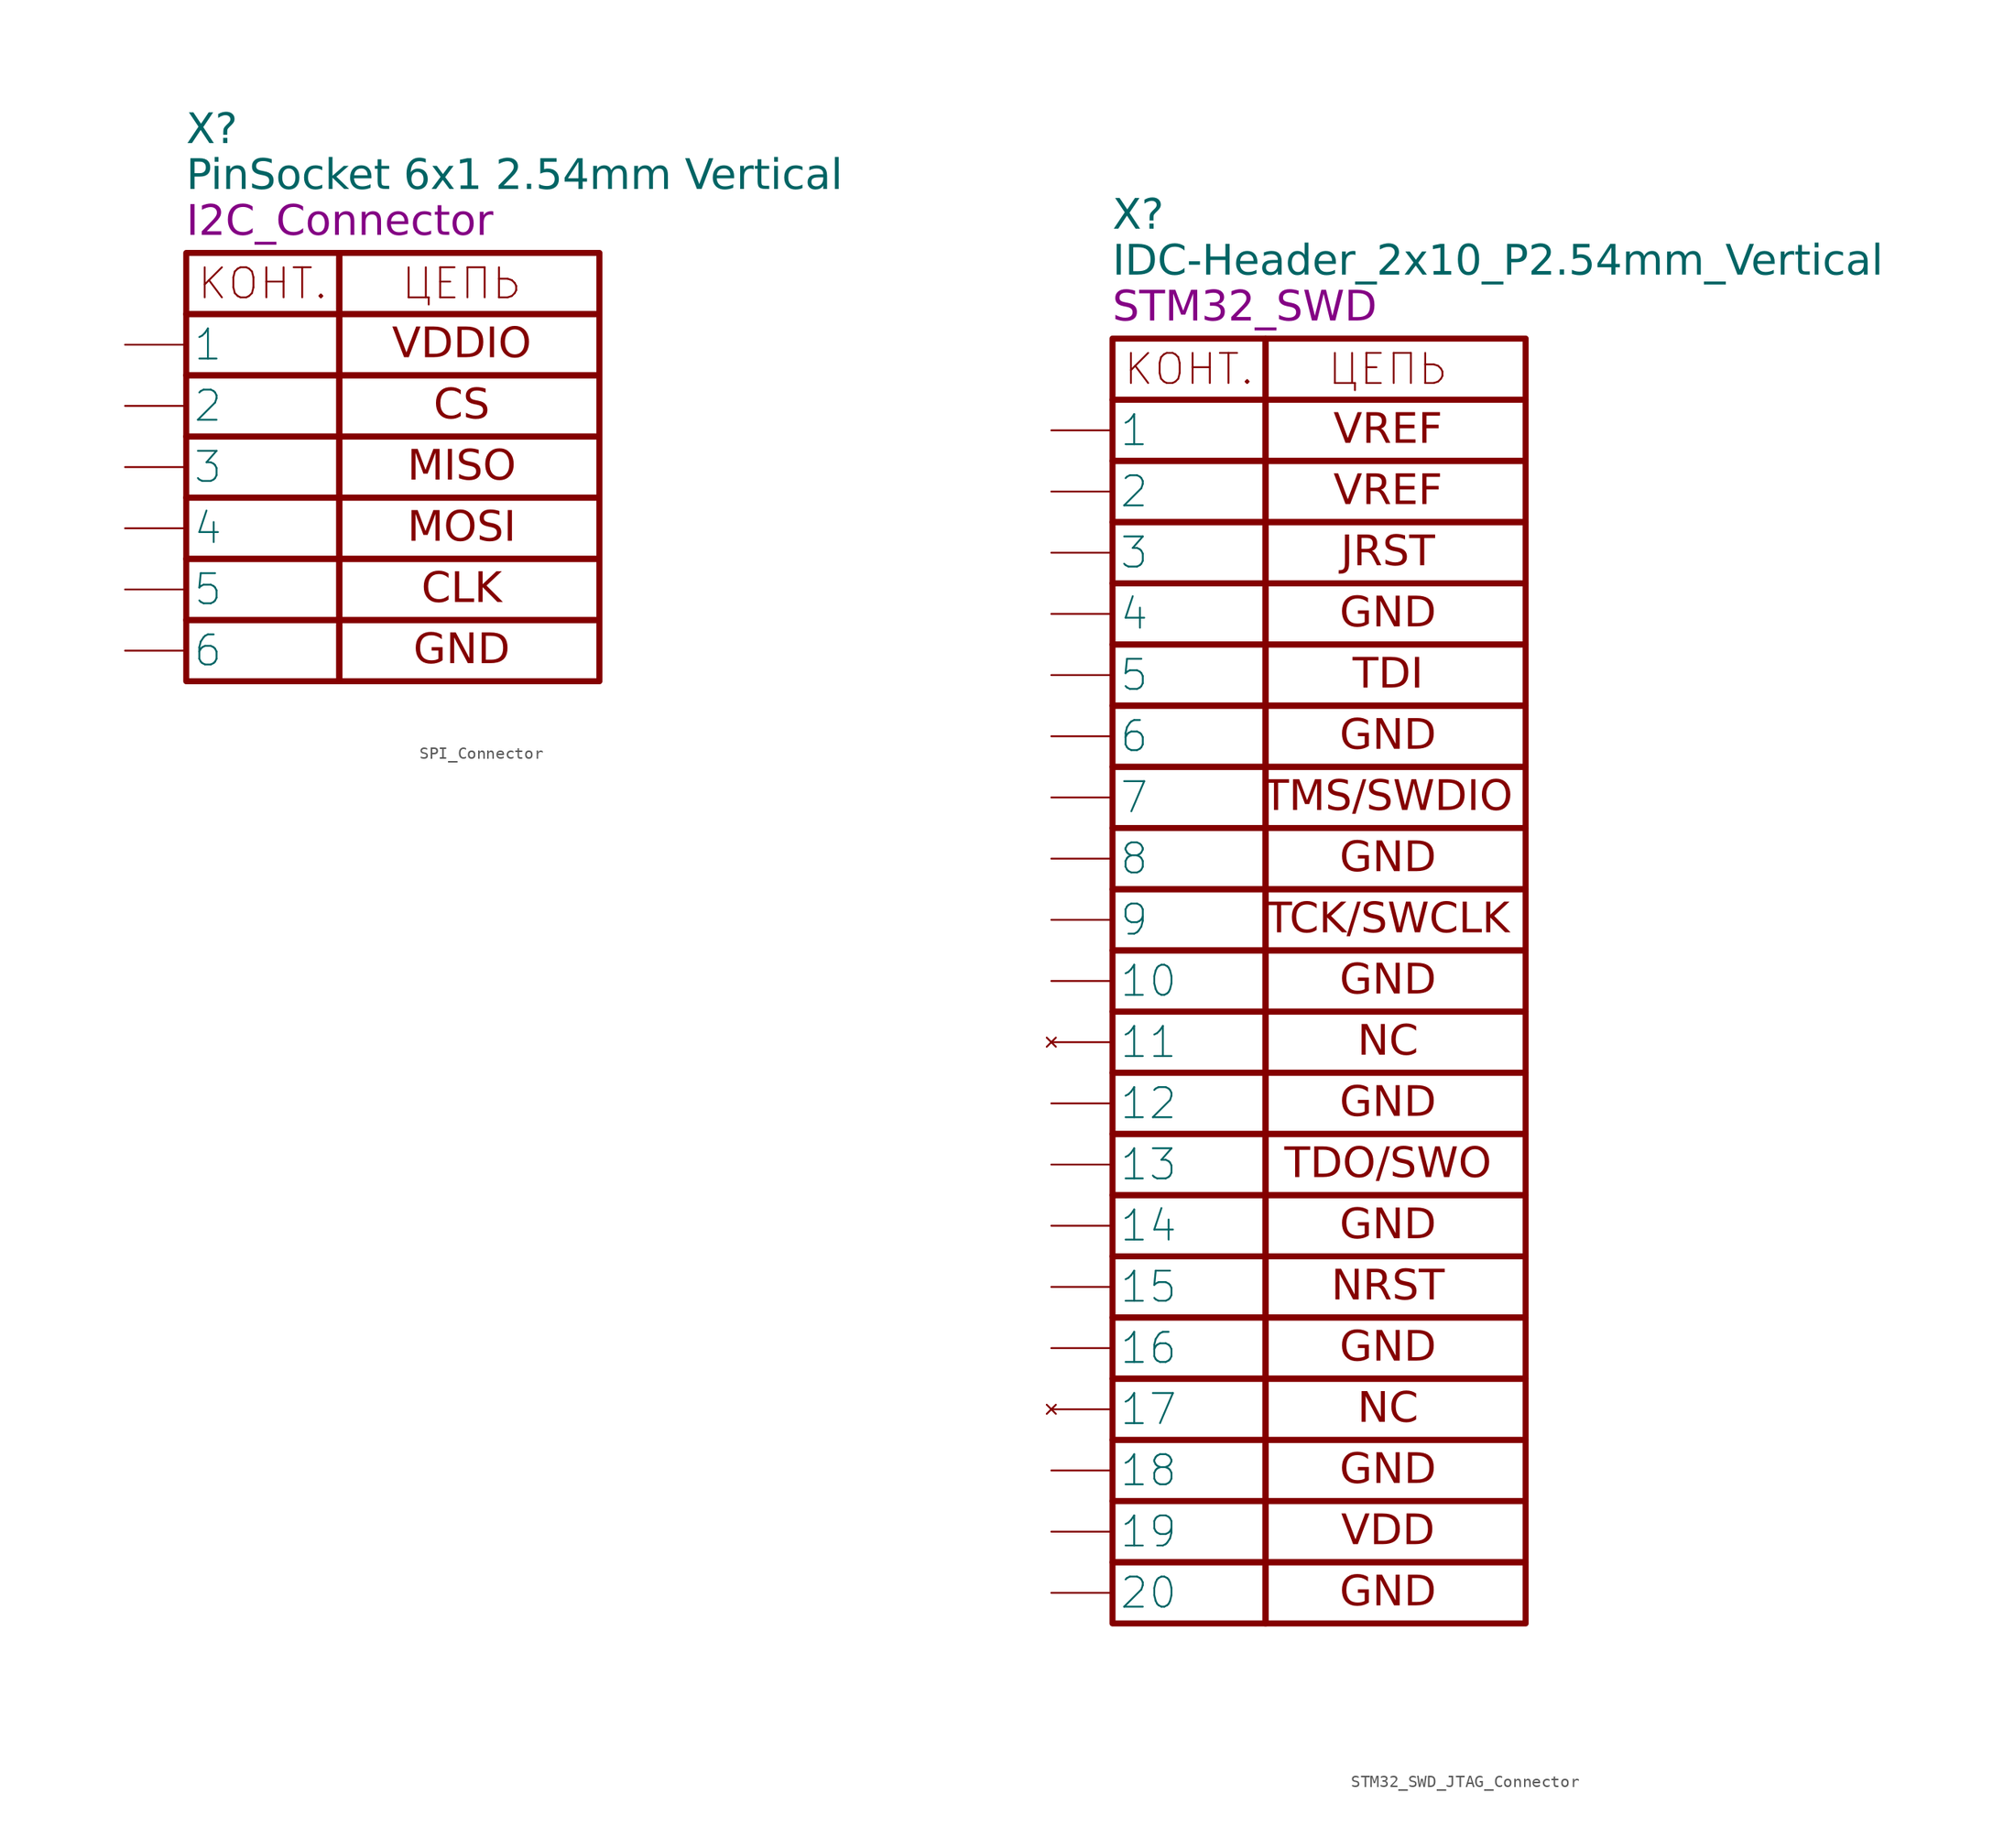
<source format=kicad_sym>
(kicad_symbol_lib
  (version 20241209)
  (generator "kicad_symbol_editor")
  (generator_version "9.0")
  (symbol "SPI_Connector"
    (pin_numbers
      (hide yes))
    (property "Reference" "X"
      (at -12.7 10.16 0)
      (effects (font (face "GOST type A") (size 2.5 2.5) (italic yes)) (justify left)))
    (property "Value" "PinSocket 6x1 2.54mm Vertical"
      (at -12.7 6.35 0)
      (effects (font (face "GOST type A") (size 2.5 2.5) (italic yes)) (justify left)))
    (property "Name" "I2C_Connector"
      (at -12.7 2.54 0)
      (effects (font (face "GOST type A") (size 2.5 2.5) (italic yes)) (justify left)))
    (symbol "SPI_Connector_0_1"
      (rectangle (start -12.7 0) (end 0 -5.08) (stroke (width 0.5) (type default)) (fill (type none)))
      (rectangle (start -12.7 -5.08) (end 0 -10.16) (stroke (width 0.5) (type default)) (fill (type none)))
      (rectangle (start -12.7 -10.16) (end 0 -15.24) (stroke (width 0.5) (type default)) (fill (type none)))
      (rectangle (start -12.7 -15.24) (end 0 -20.32) (stroke (width 0.5) (type default)) (fill (type none)))
      (rectangle (start -12.7 -20.32) (end 0 -25.4) (stroke (width 0.5) (type default)) (fill (type none)))
      (rectangle (start -12.7 -25.4) (end 0 -30.48) (stroke (width 0.5) (type default)) (fill (type none)))
      (rectangle (start -12.7 -30.48) (end 0 -35.56) (stroke (width 0.5) (type default)) (fill (type none)))
      (rectangle (start 0 0) (end 21.59 -5.08) (stroke (width 0.5) (type default)) (fill (type none)))
      (text "КОНТ." (at -6.35 -2.54 0) (effects (font (size 2.5 2.5))))
      (text "ЦЕПЬ" (at 10.16 -2.54 0) (effects (font (size 2.5 2.5)))))
    (symbol "SPI_Connector_1_1"
      (rectangle (start 0 -10.16) (end 21.59 -5.08) (stroke (width 0.5) (type default)) (fill (type none)))
      (rectangle (start 0 -15.24) (end 21.59 -10.16) (stroke (width 0.5) (type default)) (fill (type none)))
      (rectangle (start 0 -15.24) (end 21.59 -20.32) (stroke (width 0.5) (type default)) (fill (type none)))
      (rectangle (start 0 -25.4) (end 21.59 -20.32) (stroke (width 0.5) (type default)) (fill (type none)))
      (rectangle (start 0 -30.48) (end 21.59 -25.4) (stroke (width 0.5) (type default)) (fill (type none)))
      (rectangle (start 0 -35.56) (end 21.59 -30.48) (stroke (width 0.5) (type default)) (fill (type none)))
      (text "VDDIO" (at 10.16 -7.62 0) (effects (font (face "GOST type A") (size 2.5 2.5))))
      (text "CS" (at 10.16 -12.7 0) (effects (font (face "GOST type A") (size 2.5 2.5))))
      (text "MISO" (at 10.16 -17.78 0) (effects (font (face "GOST type A") (size 2.5 2.5))))
      (text "MOSI" (at 10.16 -22.86 0) (effects (font (face "GOST type A") (size 2.5 2.5))))
      (text "CLK" (at 10.16 -27.94 0) (effects (font (face "GOST type A") (size 2.5 2.5))))
      (text "GND" (at 10.16 -33.02 0) (effects (font (face "GOST type A") (size 2.5 2.5))))
      (pin power_in line (at -17.78 -7.62 0) (length 5.08) (name "1" (effects (font (size 2.5 2.5)))) (number "1" (effects (font (size 2.5 2.5)))))
      (pin output line (at -17.78 -12.7 0) (length 5.08) (name "2" (effects (font (size 2.5 2.5)))) (number "2" (effects (font (size 2.5 2.5)))))
      (pin input line (at -17.78 -17.78 0) (length 5.08) (name "3" (effects (font (size 2.5 2.5)))) (number "3" (effects (font (size 2.5 2.5)))))
      (pin output line (at -17.78 -22.86 0) (length 5.08) (name "4" (effects (font (size 2.5 2.5)))) (number "4" (effects (font (size 2.5 2.5)))))
      (pin output line (at -17.78 -27.94 0) (length 5.08) (name "5" (effects (font (size 2.5 2.5)))) (number "5" (effects (font (size 2.5 2.5)))))
      (pin power_in line (at -17.78 -33.02 0) (length 5.08) (name "6" (effects (font (size 2.5 2.5)))) (number "6" (effects (font (size 2.5 2.5)))))))
  (symbol "STM32_SWD_JTAG_Connector"
    (pin_numbers
      (hide yes))
    (property "Reference" "X"
      (at -12.7 10.16 0)
      (effects (font (face "GOST type A") (size 2.5 2.5) (italic yes)) (justify left)))
    (property "Value" "IDC-Header_2x10_P2.54mm_Vertical"
      (at -12.7 6.35 0)
      (effects (font (face "GOST type A") (size 2.5 2.5) (italic yes)) (justify left)))
    (property "Name" "STM32_SWD"
      (at -12.7 2.54 0)
      (effects (font (face "GOST type A") (size 2.5 2.5) (italic yes)) (justify left)))
    (symbol "STM32_SWD_JTAG_Connector_0_1"
      (rectangle (start -12.7 0) (end 0 -5.08) (stroke (width 0.5) (type default)) (fill (type none)))
      (rectangle (start -12.7 -5.08) (end 0 -10.16) (stroke (width 0.5) (type default)) (fill (type none)))
      (rectangle (start -12.7 -10.16) (end 0 -15.24) (stroke (width 0.5) (type default)) (fill (type none)))
      (rectangle (start -12.7 -15.24) (end 0 -20.32) (stroke (width 0.5) (type default)) (fill (type none)))
      (rectangle (start -12.7 -20.32) (end 0 -25.4) (stroke (width 0.5) (type default)) (fill (type none)))
      (rectangle (start -12.7 -25.4) (end 0 -30.48) (stroke (width 0.5) (type default)) (fill (type none)))
      (rectangle (start -12.7 -30.48) (end 0 -35.56) (stroke (width 0.5) (type default)) (fill (type none)))
      (rectangle (start -12.7 -35.56) (end 0 -40.64) (stroke (width 0.5) (type default)) (fill (type none)))
      (rectangle (start -12.7 -40.64) (end 0 -45.72) (stroke (width 0.5) (type default)) (fill (type none)))
      (rectangle (start -12.7 -45.72) (end 0 -50.8) (stroke (width 0.5) (type default)) (fill (type none)))
      (rectangle (start -12.7 -50.8) (end 0 -55.88) (stroke (width 0.5) (type default)) (fill (type none)))
      (rectangle (start -12.7 -55.88) (end 0 -60.96) (stroke (width 0.5) (type default)) (fill (type none)))
      (rectangle (start -12.7 -60.96) (end 0 -66.04) (stroke (width 0.5) (type default)) (fill (type none)))
      (rectangle (start -12.7 -66.04) (end 0 -71.12) (stroke (width 0.5) (type default)) (fill (type none)))
      (rectangle (start -12.7 -71.12) (end 0 -76.2) (stroke (width 0.5) (type default)) (fill (type none)))
      (rectangle (start -12.7 -76.2) (end 0 -81.28) (stroke (width 0.5) (type default)) (fill (type none)))
      (rectangle (start -12.7 -81.28) (end 0 -86.36) (stroke (width 0.5) (type default)) (fill (type none)))
      (rectangle (start -12.7 -86.36) (end 0 -91.44) (stroke (width 0.5) (type default)) (fill (type none)))
      (rectangle (start -12.7 -91.44) (end 0 -96.52) (stroke (width 0.5) (type default)) (fill (type none)))
      (rectangle (start -12.7 -96.52) (end 0 -101.6) (stroke (width 0.5) (type default)) (fill (type none)))
      (rectangle (start -12.7 -101.6) (end 0 -106.68) (stroke (width 0.5) (type default)) (fill (type none)))
      (rectangle (start 0 0) (end 21.59 -5.08) (stroke (width 0.5) (type default)) (fill (type none)))
      (text "КОНТ." (at -6.35 -2.54 0) (effects (font (size 2.5 2.5))))
      (text "ЦЕПЬ" (at 10.16 -2.54 0) (effects (font (size 2.5 2.5)))))
    (symbol "STM32_SWD_JTAG_Connector_1_1"
      (rectangle (start 0 -10.16) (end 21.59 -5.08) (stroke (width 0.5) (type default)) (fill (type none)))
      (rectangle (start 0 -15.24) (end 21.59 -10.16) (stroke (width 0.5) (type default)) (fill (type none)))
      (rectangle (start 0 -20.32) (end 21.59 -15.24) (stroke (width 0.5) (type default)) (fill (type none)))
      (rectangle (start 0 -25.4) (end 21.59 -20.32) (stroke (width 0.5) (type default)) (fill (type none)))
      (rectangle (start 0 -30.48) (end 21.59 -25.4) (stroke (width 0.5) (type default)) (fill (type none)))
      (rectangle (start 0 -35.56) (end 21.59 -30.48) (stroke (width 0.5) (type default)) (fill (type none)))
      (rectangle (start 0 -40.64) (end 21.59 -35.56) (stroke (width 0.5) (type default)) (fill (type none)))
      (rectangle (start 0 -45.72) (end 21.59 -40.64) (stroke (width 0.5) (type default)) (fill (type none)))
      (rectangle (start 0 -50.8) (end 21.59 -45.72) (stroke (width 0.5) (type default)) (fill (type none)))
      (rectangle (start 0 -55.88) (end 21.59 -50.8) (stroke (width 0.5) (type default)) (fill (type none)))
      (rectangle (start 0 -60.96) (end 21.59 -55.88) (stroke (width 0.5) (type default)) (fill (type none)))
      (rectangle (start 0 -66.04) (end 21.59 -60.96) (stroke (width 0.5) (type default)) (fill (type none)))
      (rectangle (start 0 -71.12) (end 21.59 -66.04) (stroke (width 0.5) (type default)) (fill (type none)))
      (rectangle (start 0 -76.2) (end 21.59 -71.12) (stroke (width 0.5) (type default)) (fill (type none)))
      (rectangle (start 0 -81.28) (end 21.59 -76.2) (stroke (width 0.5) (type default)) (fill (type none)))
      (rectangle (start 0 -86.36) (end 21.59 -81.28) (stroke (width 0.5) (type default)) (fill (type none)))
      (rectangle (start 0 -91.44) (end 21.59 -86.36) (stroke (width 0.5) (type default)) (fill (type none)))
      (rectangle (start 0 -96.52) (end 21.59 -91.44) (stroke (width 0.5) (type default)) (fill (type none)))
      (rectangle (start 0 -101.6) (end 21.59 -96.52) (stroke (width 0.5) (type default)) (fill (type none)))
      (rectangle (start 0 -106.68) (end 21.59 -101.6) (stroke (width 0.5) (type default)) (fill (type none)))
      (text "VREF" (at 10.16 -7.62 0) (effects (font (face "GOST type A") (size 2.5 2.5))))
      (text "VREF\n" (at 10.16 -12.7 0) (effects (font (face "GOST type A") (size 2.5 2.5))))
      (text "JRST" (at 10.16 -17.78 0) (effects (font (face "GOST type A") (size 2.5 2.5))))
      (text "GND" (at 10.16 -22.86 0) (effects (font (face "GOST type A") (size 2.5 2.5))))
      (text "TDI" (at 10.16 -27.94 0) (effects (font (face "GOST type A") (size 2.5 2.5))))
      (text "GND" (at 10.16 -33.02 0) (effects (font (face "GOST type A") (size 2.5 2.5))))
      (text "TMS/SWDIO" (at 10.16 -38.1 0) (effects (font (face "GOST type A") (size 2.5 2.5))))
      (text "GND" (at 10.16 -43.18 0) (effects (font (face "GOST type A") (size 2.5 2.5))))
      (text "TCK/SWCLK" (at 10.16 -48.26 0) (effects (font (face "GOST type A") (size 2.5 2.5))))
      (text "GND" (at 10.16 -53.34 0) (effects (font (face "GOST type A") (size 2.5 2.5))))
      (text "NC" (at 10.16 -58.42 0) (effects (font (face "GOST type A") (size 2.5 2.5))))
      (text "GND" (at 10.16 -63.5 0) (effects (font (face "GOST type A") (size 2.5 2.5))))
      (text "TDO/SWO" (at 10.16 -68.58 0) (effects (font (face "GOST type A") (size 2.5 2.5))))
      (text "GND" (at 10.16 -73.66 0) (effects (font (face "GOST type A") (size 2.5 2.5))))
      (text "NRST" (at 10.16 -78.74 0) (effects (font (face "GOST type A") (size 2.5 2.5))))
      (text "GND" (at 10.16 -83.82 0) (effects (font (face "GOST type A") (size 2.5 2.5))))
      (text "NC" (at 10.16 -88.9 0) (effects (font (face "GOST type A") (size 2.5 2.5))))
      (text "GND" (at 10.16 -93.98 0) (effects (font (face "GOST type A") (size 2.5 2.5))))
      (text "VDD" (at 10.16 -99.06 0) (effects (font (face "GOST type A") (size 2.5 2.5))))
      (text "GND" (at 10.16 -104.14 0) (effects (font (face "GOST type A") (size 2.5 2.5))))
      (pin power_in line (at -17.78 -7.62 0) (length 5.08) (name "1" (effects (font (size 2.5 2.5)))) (number "1" (effects (font (size 2.5 2.5)))))
      (pin power_in line (at -17.78 -12.7 0) (length 5.08) (name "2" (effects (font (size 2.5 2.5)))) (number "2" (effects (font (size 2.5 2.5)))))
      (pin output line (at -17.78 -17.78 0) (length 5.08) (name "3" (effects (font (size 2.5 2.5)))) (number "3" (effects (font (size 2.5 2.5)))))
      (pin power_in line (at -17.78 -22.86 0) (length 5.08) (name "4" (effects (font (size 2.5 2.5)))) (number "4" (effects (font (size 2.5 2.5)))))
      (pin output line (at -17.78 -27.94 0) (length 5.08) (name "5" (effects (font (size 2.5 2.5)))) (number "5" (effects (font (size 2.5 2.5)))))
      (pin power_in line (at -17.78 -33.02 0) (length 5.08) (name "6" (effects (font (size 2.5 2.5)))) (number "6" (effects (font (size 2.5 2.5)))))
      (pin bidirectional line (at -17.78 -38.1 0) (length 5.08) (name "7" (effects (font (size 2.5 2.5)))) (number "7" (effects (font (size 2.5 2.5)))))
      (pin power_in line (at -17.78 -43.18 0) (length 5.08) (name "8" (effects (font (size 2.5 2.5)))) (number "8" (effects (font (size 2.5 2.5)))))
      (pin output line (at -17.78 -48.26 0) (length 5.08) (name "9" (effects (font (size 2.5 2.5)))) (number "9" (effects (font (size 2.5 2.5)))))
      (pin power_in line (at -17.78 -53.34 0) (length 5.08) (name "10" (effects (font (size 2.5 2.5)))) (number "10" (effects (font (size 2.5 2.5)))))
      (pin no_connect line (at -17.78 -58.42 0) (length 5.08) (name "11" (effects (font (size 2.5 2.5)))) (number "11" (effects (font (size 2.5 2.5)))))
      (pin power_in line (at -17.78 -63.5 0) (length 5.08) (name "12" (effects (font (size 2.5 2.5)))) (number "12" (effects (font (size 2.5 2.5)))))
      (pin input line (at -17.78 -68.58 0) (length 5.08) (name "13" (effects (font (size 2.5 2.5)))) (number "13" (effects (font (size 2.5 2.5)))))
      (pin power_in line (at -17.78 -73.66 0) (length 5.08) (name "14" (effects (font (size 2.5 2.5)))) (number "14" (effects (font (size 2.5 2.5)))))
      (pin output line (at -17.78 -78.74 0) (length 5.08) (name "15" (effects (font (size 2.5 2.5)))) (number "15" (effects (font (size 2.5 2.5)))))
      (pin power_in line (at -17.78 -83.82 0) (length 5.08) (name "16" (effects (font (size 2.5 2.5)))) (number "16" (effects (font (size 2.5 2.5)))))
      (pin no_connect line (at -17.78 -88.9 0) (length 5.08) (name "17" (effects (font (size 2.5 2.5)))) (number "17" (effects (font (size 2.5 2.5)))))
      (pin power_in line (at -17.78 -93.98 0) (length 5.08) (name "18" (effects (font (size 2.5 2.5)))) (number "18" (effects (font (size 2.5 2.5)))))
      (pin power_out line (at -17.78 -99.06 0) (length 5.08) (name "19" (effects (font (size 2.5 2.5)))) (number "19" (effects (font (size 2.5 2.5)))))
      (pin power_in line (at -17.78 -104.14 0) (length 5.08) (name "20" (effects (font (size 2.5 2.5)))) (number "20" (effects (font (size 2.5 2.5))))))))
</source>
